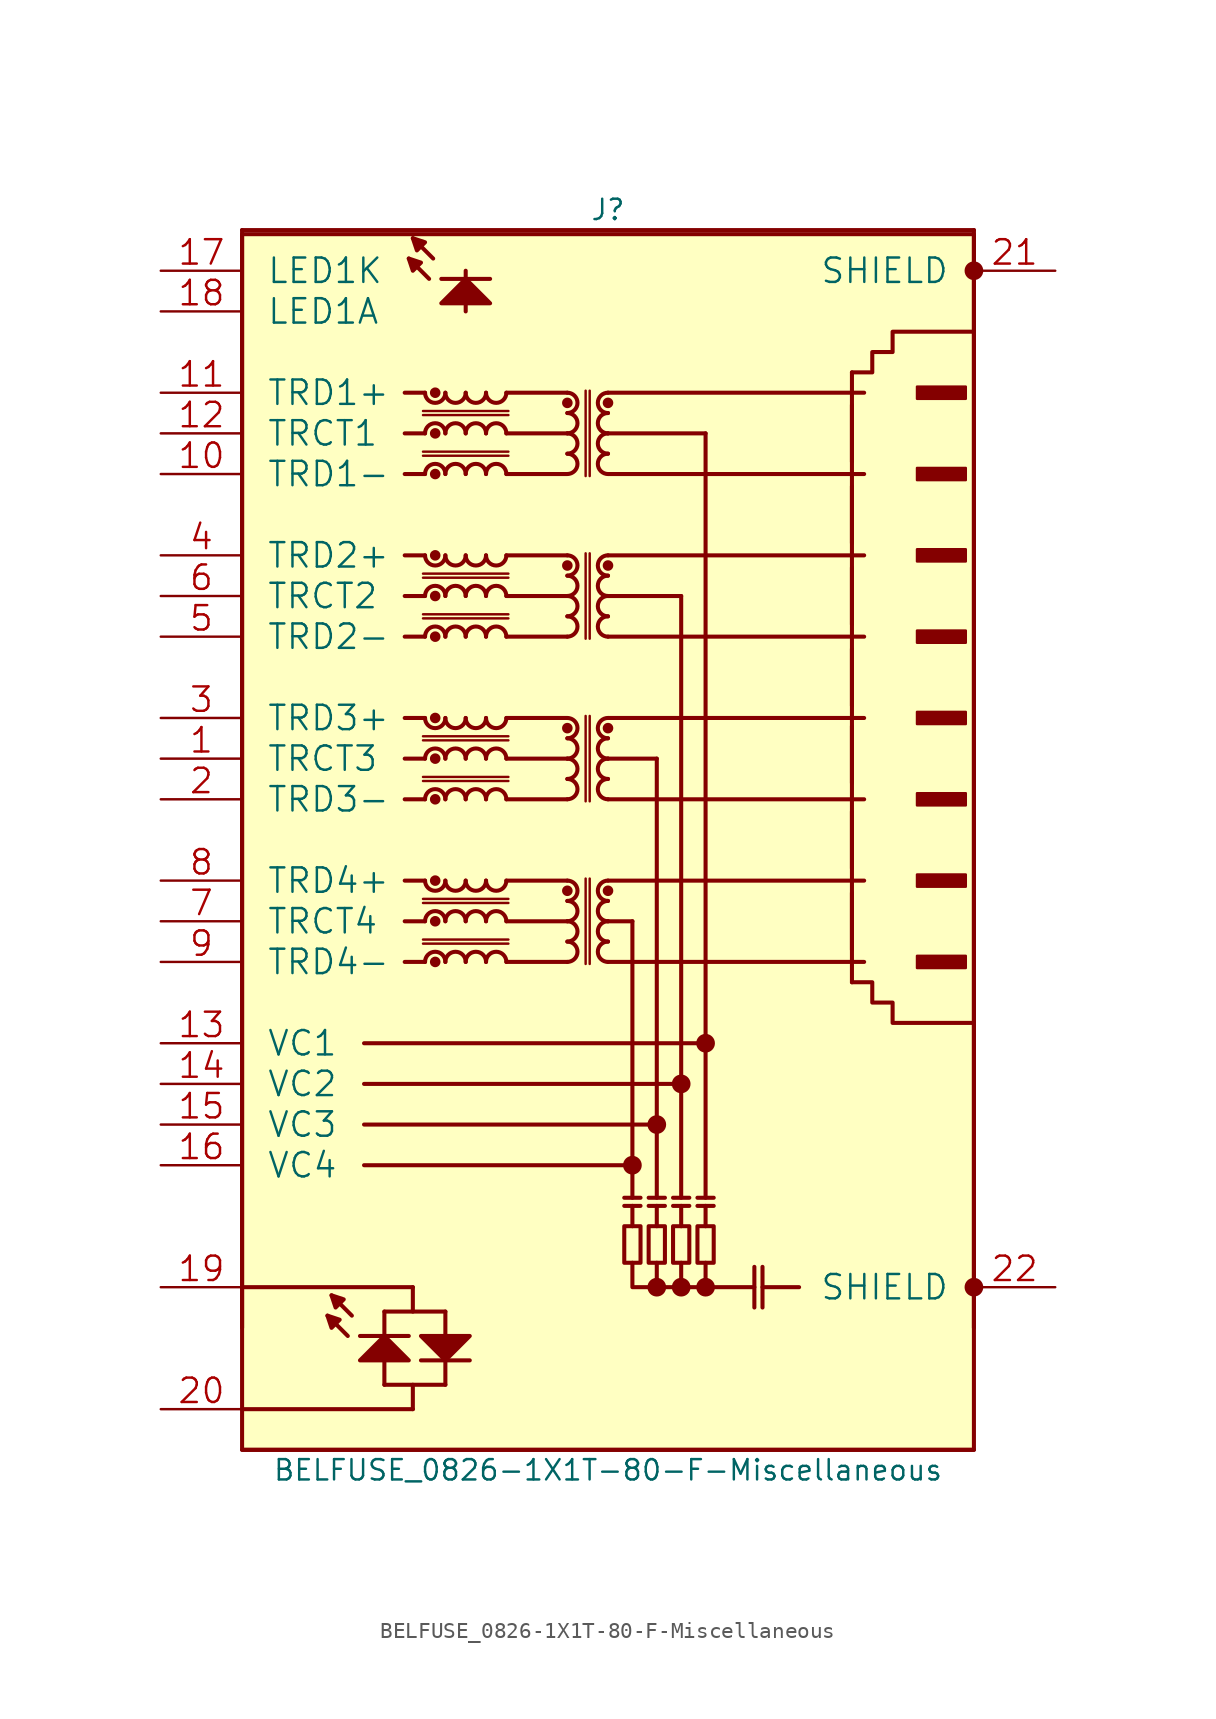
<source format=kicad_sym>
(kicad_symbol_lib
  (version 20211014)
  (generator kicad_symbol_editor)
  (symbol "BELFUSE_0826-1X1T-80-F-Miscellaneous"
    (pin_names
      (offset 1.524))
    (property "Reference" "J"
      (at 22.86 1.27 0)
      (effects (font (size 1.27 1.27))))
    (property "Value" "BELFUSE_0826-1X1T-80-F-Miscellaneous"
      (at 22.86 -77.47 0)
      (effects (font (size 1.27 1.27))))
    (symbol "BELFUSE_0826-1X1T-80-F-Miscellaneous_0_1"
      (rectangle (start 0 -76.2) (end 45.72 -0.254) (stroke (width 0.254) (type default) (color 0 0 0 0)) (fill (type background)))
      (polyline (pts (xy 0 -76.2) (xy 45.72 -76.2)) (stroke (width 0.254) (type default) (color 0 0 0 0)) (fill (type none)))
      (polyline (pts (xy 0 -73.66) (xy 10.668 -73.66)) (stroke (width 0.254) (type default) (color 0 0 0 0)) (fill (type none)))
      (polyline (pts (xy 0 -68.58) (xy 0 0)) (stroke (width 0.254) (type default) (color 0 0 0 0)) (fill (type none)))
      (polyline (pts (xy 0 -66.04) (xy 10.668 -66.04)) (stroke (width 0.254) (type default) (color 0 0 0 0)) (fill (type none)))
      (polyline (pts (xy 0 0) (xy 45.72 0)) (stroke (width 0.254) (type default) (color 0 0 0 0)) (fill (type none)))
      (polyline (pts (xy 6.604 -69.088) (xy 5.334 -67.818)) (stroke (width 0.254) (type default) (color 0 0 0 0)) (fill (type none)))
      (polyline (pts (xy 6.858 -67.818) (xy 5.588 -66.548)) (stroke (width 0.254) (type default) (color 0 0 0 0)) (fill (type none)))
      (polyline (pts (xy 7.366 -69.088) (xy 10.414 -69.088)) (stroke (width 0.254) (type default) (color 0 0 0 0)) (fill (type none)))
      (polyline (pts (xy 7.62 -53.34) (xy 27.432 -53.34)) (stroke (width 0.254) (type default) (color 0 0 0 0)) (fill (type none)))
      (polyline (pts (xy 7.62 -50.8) (xy 28.956 -50.8)) (stroke (width 0.254) (type default) (color 0 0 0 0)) (fill (type none)))
      (polyline (pts (xy 8.89 -72.136) (xy 8.89 -67.564)) (stroke (width 0.254) (type default) (color 0 0 0 0)) (fill (type none)))
      (polyline (pts (xy 10.16 -45.72) (xy 11.43 -45.72)) (stroke (width 0.254) (type default) (color 0 0 0 0)) (fill (type none)))
      (polyline (pts (xy 10.16 -43.18) (xy 11.43 -43.18)) (stroke (width 0.254) (type default) (color 0 0 0 0)) (fill (type none)))
      (polyline (pts (xy 10.16 -40.64) (xy 11.43 -40.64)) (stroke (width 0.254) (type default) (color 0 0 0 0)) (fill (type none)))
      (polyline (pts (xy 10.16 -35.56) (xy 11.43 -35.56)) (stroke (width 0.254) (type default) (color 0 0 0 0)) (fill (type none)))
      (polyline (pts (xy 10.16 -33.02) (xy 11.43 -33.02)) (stroke (width 0.254) (type default) (color 0 0 0 0)) (fill (type none)))
      (polyline (pts (xy 10.16 -30.48) (xy 11.43 -30.48)) (stroke (width 0.254) (type default) (color 0 0 0 0)) (fill (type none)))
      (polyline (pts (xy 10.16 -25.4) (xy 11.43 -25.4)) (stroke (width 0.254) (type default) (color 0 0 0 0)) (fill (type none)))
      (polyline (pts (xy 10.16 -22.86) (xy 11.43 -22.86)) (stroke (width 0.254) (type default) (color 0 0 0 0)) (fill (type none)))
      (polyline (pts (xy 10.16 -20.32) (xy 11.43 -20.32)) (stroke (width 0.254) (type default) (color 0 0 0 0)) (fill (type none)))
      (polyline (pts (xy 10.16 -15.24) (xy 11.43 -15.24)) (stroke (width 0.254) (type default) (color 0 0 0 0)) (fill (type none)))
      (polyline (pts (xy 10.16 -12.7) (xy 11.43 -12.7)) (stroke (width 0.254) (type default) (color 0 0 0 0)) (fill (type none)))
      (polyline (pts (xy 10.16 -10.16) (xy 11.43 -10.16)) (stroke (width 0.254) (type default) (color 0 0 0 0)) (fill (type none)))
      (polyline (pts (xy 10.668 -72.136) (xy 10.668 -73.66)) (stroke (width 0.254) (type default) (color 0 0 0 0)) (fill (type none)))
      (polyline (pts (xy 10.668 -66.04) (xy 10.668 -67.564)) (stroke (width 0.254) (type default) (color 0 0 0 0)) (fill (type none)))
      (polyline (pts (xy 11.303 -44.577) (xy 16.637 -44.577)) (stroke (width 0) (type default) (color 0 0 0 0)) (fill (type none)))
      (polyline (pts (xy 11.303 -44.323) (xy 16.637 -44.323)) (stroke (width 0) (type default) (color 0 0 0 0)) (fill (type none)))
      (polyline (pts (xy 11.303 -42.037) (xy 16.637 -42.037)) (stroke (width 0) (type default) (color 0 0 0 0)) (fill (type none)))
      (polyline (pts (xy 11.303 -41.783) (xy 16.637 -41.783)) (stroke (width 0) (type default) (color 0 0 0 0)) (fill (type none)))
      (polyline (pts (xy 11.303 -34.417) (xy 16.637 -34.417)) (stroke (width 0) (type default) (color 0 0 0 0)) (fill (type none)))
      (polyline (pts (xy 11.303 -34.163) (xy 16.637 -34.163)) (stroke (width 0) (type default) (color 0 0 0 0)) (fill (type none)))
      (polyline (pts (xy 11.303 -31.877) (xy 16.637 -31.877)) (stroke (width 0) (type default) (color 0 0 0 0)) (fill (type none)))
      (polyline (pts (xy 11.303 -31.623) (xy 16.637 -31.623)) (stroke (width 0) (type default) (color 0 0 0 0)) (fill (type none)))
      (polyline (pts (xy 11.303 -24.257) (xy 16.637 -24.257)) (stroke (width 0) (type default) (color 0 0 0 0)) (fill (type none)))
      (polyline (pts (xy 11.303 -24.003) (xy 16.637 -24.003)) (stroke (width 0) (type default) (color 0 0 0 0)) (fill (type none)))
      (polyline (pts (xy 11.303 -21.717) (xy 16.637 -21.717)) (stroke (width 0) (type default) (color 0 0 0 0)) (fill (type none)))
      (polyline (pts (xy 11.303 -21.463) (xy 16.637 -21.463)) (stroke (width 0) (type default) (color 0 0 0 0)) (fill (type none)))
      (polyline (pts (xy 11.303 -14.097) (xy 16.637 -14.097)) (stroke (width 0) (type default) (color 0 0 0 0)) (fill (type none)))
      (polyline (pts (xy 11.303 -13.843) (xy 16.637 -13.843)) (stroke (width 0) (type default) (color 0 0 0 0)) (fill (type none)))
      (polyline (pts (xy 11.303 -11.557) (xy 16.637 -11.557)) (stroke (width 0) (type default) (color 0 0 0 0)) (fill (type none)))
      (polyline (pts (xy 11.303 -11.303) (xy 16.637 -11.303)) (stroke (width 0) (type default) (color 0 0 0 0)) (fill (type none)))
      (polyline (pts (xy 11.684 -3.048) (xy 10.414 -1.778)) (stroke (width 0.254) (type default) (color 0 0 0 0)) (fill (type none)))
      (polyline (pts (xy 11.938 -1.778) (xy 10.668 -0.508)) (stroke (width 0.254) (type default) (color 0 0 0 0)) (fill (type none)))
      (polyline (pts (xy 12.446 -3.048) (xy 15.494 -3.048)) (stroke (width 0.254) (type default) (color 0 0 0 0)) (fill (type none)))
      (polyline (pts (xy 12.7 -72.136) (xy 8.89 -72.136)) (stroke (width 0.254) (type default) (color 0 0 0 0)) (fill (type none)))
      (polyline (pts (xy 12.7 -72.136) (xy 12.7 -67.564)) (stroke (width 0.254) (type default) (color 0 0 0 0)) (fill (type none)))
      (polyline (pts (xy 12.7 -67.564) (xy 8.89 -67.564)) (stroke (width 0.254) (type default) (color 0 0 0 0)) (fill (type none)))
      (polyline (pts (xy 13.97 -5.08) (xy 13.97 -2.54)) (stroke (width 0.254) (type default) (color 0 0 0 0)) (fill (type none)))
      (polyline (pts (xy 14.224 -70.612) (xy 11.176 -70.612)) (stroke (width 0.254) (type default) (color 0 0 0 0)) (fill (type none)))
      (polyline (pts (xy 16.51 -45.72) (xy 20.32 -45.72)) (stroke (width 0.254) (type default) (color 0 0 0 0)) (fill (type none)))
      (polyline (pts (xy 16.51 -43.18) (xy 20.32 -43.18)) (stroke (width 0.254) (type default) (color 0 0 0 0)) (fill (type none)))
      (polyline (pts (xy 16.51 -40.64) (xy 20.32 -40.64)) (stroke (width 0.254) (type default) (color 0 0 0 0)) (fill (type none)))
      (polyline (pts (xy 16.51 -35.56) (xy 20.32 -35.56)) (stroke (width 0.254) (type default) (color 0 0 0 0)) (fill (type none)))
      (polyline (pts (xy 16.51 -33.02) (xy 20.32 -33.02)) (stroke (width 0.254) (type default) (color 0 0 0 0)) (fill (type none)))
      (polyline (pts (xy 16.51 -30.48) (xy 20.32 -30.48)) (stroke (width 0.254) (type default) (color 0 0 0 0)) (fill (type none)))
      (polyline (pts (xy 16.51 -25.4) (xy 20.32 -25.4)) (stroke (width 0.254) (type default) (color 0 0 0 0)) (fill (type none)))
      (polyline (pts (xy 16.51 -22.86) (xy 20.32 -22.86)) (stroke (width 0.254) (type default) (color 0 0 0 0)) (fill (type none)))
      (polyline (pts (xy 16.51 -20.32) (xy 20.32 -20.32)) (stroke (width 0.254) (type default) (color 0 0 0 0)) (fill (type none)))
      (polyline (pts (xy 16.51 -15.24) (xy 20.32 -15.24)) (stroke (width 0.254) (type default) (color 0 0 0 0)) (fill (type none)))
      (polyline (pts (xy 16.51 -12.7) (xy 20.32 -12.7)) (stroke (width 0.254) (type default) (color 0 0 0 0)) (fill (type none)))
      (polyline (pts (xy 16.51 -10.16) (xy 20.32 -10.16)) (stroke (width 0.254) (type default) (color 0 0 0 0)) (fill (type none)))
      (polyline (pts (xy 21.463 -45.847) (xy 21.463 -40.513)) (stroke (width 0) (type default) (color 0 0 0 0)) (fill (type none)))
      (polyline (pts (xy 21.463 -35.687) (xy 21.463 -30.353)) (stroke (width 0) (type default) (color 0 0 0 0)) (fill (type none)))
      (polyline (pts (xy 21.463 -25.527) (xy 21.463 -20.193)) (stroke (width 0) (type default) (color 0 0 0 0)) (fill (type none)))
      (polyline (pts (xy 21.463 -15.367) (xy 21.463 -10.033)) (stroke (width 0) (type default) (color 0 0 0 0)) (fill (type none)))
      (polyline (pts (xy 21.717 -45.847) (xy 21.717 -40.513)) (stroke (width 0) (type default) (color 0 0 0 0)) (fill (type none)))
      (polyline (pts (xy 21.717 -35.687) (xy 21.717 -30.353)) (stroke (width 0) (type default) (color 0 0 0 0)) (fill (type none)))
      (polyline (pts (xy 21.717 -25.527) (xy 21.717 -20.193)) (stroke (width 0) (type default) (color 0 0 0 0)) (fill (type none)))
      (polyline (pts (xy 21.717 -15.367) (xy 21.717 -10.033)) (stroke (width 0) (type default) (color 0 0 0 0)) (fill (type none)))
      (polyline (pts (xy 22.86 -45.72) (xy 38.862 -45.72)) (stroke (width 0.254) (type default) (color 0 0 0 0)) (fill (type none)))
      (polyline (pts (xy 22.86 -40.64) (xy 38.862 -40.64)) (stroke (width 0.254) (type default) (color 0 0 0 0)) (fill (type none)))
      (polyline (pts (xy 22.86 -35.56) (xy 38.862 -35.56)) (stroke (width 0.254) (type default) (color 0 0 0 0)) (fill (type none)))
      (polyline (pts (xy 22.86 -30.48) (xy 38.862 -30.48)) (stroke (width 0.254) (type default) (color 0 0 0 0)) (fill (type none)))
      (polyline (pts (xy 22.86 -25.4) (xy 38.862 -25.4)) (stroke (width 0.254) (type default) (color 0 0 0 0)) (fill (type none)))
      (polyline (pts (xy 22.86 -20.32) (xy 38.862 -20.32)) (stroke (width 0.254) (type default) (color 0 0 0 0)) (fill (type none)))
      (polyline (pts (xy 22.86 -15.24) (xy 38.862 -15.24)) (stroke (width 0.254) (type default) (color 0 0 0 0)) (fill (type none)))
      (polyline (pts (xy 22.86 -12.7) (xy 28.956 -12.7)) (stroke (width 0.254) (type default) (color 0 0 0 0)) (fill (type none)))
      (polyline (pts (xy 22.86 -10.16) (xy 38.862 -10.16)) (stroke (width 0.254) (type default) (color 0 0 0 0)) (fill (type none)))
      (polyline (pts (xy 24.384 -62.23) (xy 24.384 -60.96)) (stroke (width 0.254) (type default) (color 0 0 0 0)) (fill (type none)))
      (polyline (pts (xy 24.384 -43.18) (xy 22.86 -43.18)) (stroke (width 0.254) (type default) (color 0 0 0 0)) (fill (type none)))
      (polyline (pts (xy 24.384 -43.18) (xy 24.384 -60.452)) (stroke (width 0.254) (type default) (color 0 0 0 0)) (fill (type none)))
      (polyline (pts (xy 24.892 -60.96) (xy 23.876 -60.96)) (stroke (width 0.254) (type default) (color 0 0 0 0)) (fill (type none)))
      (polyline (pts (xy 24.892 -60.452) (xy 23.876 -60.452)) (stroke (width 0.254) (type default) (color 0 0 0 0)) (fill (type none)))
      (polyline (pts (xy 25.908 -64.516) (xy 25.908 -66.04)) (stroke (width 0.254) (type default) (color 0 0 0 0)) (fill (type none)))
      (polyline (pts (xy 25.908 -62.23) (xy 25.908 -60.96)) (stroke (width 0.254) (type default) (color 0 0 0 0)) (fill (type none)))
      (polyline (pts (xy 25.908 -33.02) (xy 22.86 -33.02)) (stroke (width 0.254) (type default) (color 0 0 0 0)) (fill (type none)))
      (polyline (pts (xy 25.908 -33.02) (xy 25.908 -60.452)) (stroke (width 0.254) (type default) (color 0 0 0 0)) (fill (type none)))
      (polyline (pts (xy 26.416 -60.96) (xy 25.4 -60.96)) (stroke (width 0.254) (type default) (color 0 0 0 0)) (fill (type none)))
      (polyline (pts (xy 26.416 -60.452) (xy 25.4 -60.452)) (stroke (width 0.254) (type default) (color 0 0 0 0)) (fill (type none)))
      (polyline (pts (xy 27.432 -66.04) (xy 27.432 -64.516)) (stroke (width 0.254) (type default) (color 0 0 0 0)) (fill (type none)))
      (polyline (pts (xy 27.432 -62.23) (xy 27.432 -60.96)) (stroke (width 0.254) (type default) (color 0 0 0 0)) (fill (type none)))
      (polyline (pts (xy 27.432 -22.86) (xy 22.86 -22.86)) (stroke (width 0.254) (type default) (color 0 0 0 0)) (fill (type none)))
      (polyline (pts (xy 27.432 -22.86) (xy 27.432 -60.452)) (stroke (width 0.254) (type default) (color 0 0 0 0)) (fill (type none)))
      (polyline (pts (xy 27.94 -60.96) (xy 26.924 -60.96)) (stroke (width 0.254) (type default) (color 0 0 0 0)) (fill (type none)))
      (polyline (pts (xy 27.94 -60.452) (xy 26.924 -60.452)) (stroke (width 0.254) (type default) (color 0 0 0 0)) (fill (type none)))
      (polyline (pts (xy 28.956 -66.04) (xy 32.004 -66.04)) (stroke (width 0.254) (type default) (color 0 0 0 0)) (fill (type none)))
      (polyline (pts (xy 28.956 -62.23) (xy 28.956 -60.96)) (stroke (width 0.254) (type default) (color 0 0 0 0)) (fill (type none)))
      (polyline (pts (xy 28.956 -12.7) (xy 28.956 -60.452)) (stroke (width 0.254) (type default) (color 0 0 0 0)) (fill (type none)))
      (polyline (pts (xy 29.464 -60.96) (xy 28.448 -60.96)) (stroke (width 0.254) (type default) (color 0 0 0 0)) (fill (type none)))
      (polyline (pts (xy 29.464 -60.452) (xy 28.448 -60.452)) (stroke (width 0.254) (type default) (color 0 0 0 0)) (fill (type none)))
      (polyline (pts (xy 32.004 -67.31) (xy 32.004 -64.77)) (stroke (width 0.254) (type default) (color 0 0 0 0)) (fill (type none)))
      (polyline (pts (xy 32.512 -67.31) (xy 32.512 -64.77)) (stroke (width 0.254) (type default) (color 0 0 0 0)) (fill (type none)))
      (polyline (pts (xy 32.512 -66.04) (xy 34.798 -66.04)) (stroke (width 0.254) (type default) (color 0 0 0 0)) (fill (type none)))
      (polyline (pts (xy 38.1 -41.402) (xy 38.1 -44.958)) (stroke (width 0.254) (type default) (color 0 0 0 0)) (fill (type none)))
      (polyline (pts (xy 38.1 -36.322) (xy 38.1 -39.878)) (stroke (width 0.254) (type default) (color 0 0 0 0)) (fill (type none)))
      (polyline (pts (xy 38.1 -30.988) (xy 38.1 -34.544)) (stroke (width 0.254) (type default) (color 0 0 0 0)) (fill (type none)))
      (polyline (pts (xy 38.1 -26.162) (xy 38.1 -29.718)) (stroke (width 0.254) (type default) (color 0 0 0 0)) (fill (type none)))
      (polyline (pts (xy 38.1 -21.082) (xy 38.1 -24.638)) (stroke (width 0.254) (type default) (color 0 0 0 0)) (fill (type none)))
      (polyline (pts (xy 38.1 -16.002) (xy 38.1 -19.558)) (stroke (width 0.254) (type default) (color 0 0 0 0)) (fill (type none)))
      (polyline (pts (xy 38.1 -10.922) (xy 38.1 -14.478)) (stroke (width 0.254) (type default) (color 0 0 0 0)) (fill (type none)))
      (polyline (pts (xy 38.1 -8.89) (xy 38.1 -46.99)) (stroke (width 0.254) (type default) (color 0 0 0 0)) (fill (type none)))
      (polyline (pts (xy 45.72 0) (xy 45.72 -68.58)) (stroke (width 0.254) (type default) (color 0 0 0 0)) (fill (type none)))
      (polyline (pts (xy 5.334 -67.818) (xy 5.588 -68.58) (xy 6.096 -68.072) (xy 5.334 -67.818)) (stroke (width 0.254) (type default) (color 0 0 0 0)) (fill (type outline)))
      (polyline (pts (xy 5.588 -66.548) (xy 5.842 -67.31) (xy 6.35 -66.802) (xy 5.588 -66.548)) (stroke (width 0.254) (type default) (color 0 0 0 0)) (fill (type outline)))
      (polyline (pts (xy 10.414 -70.612) (xy 8.89 -69.088) (xy 7.366 -70.612) (xy 10.414 -70.612)) (stroke (width 0.254) (type default) (color 0 0 0 0)) (fill (type outline)))
      (polyline (pts (xy 10.414 -1.778) (xy 10.668 -2.54) (xy 11.176 -2.032) (xy 10.414 -1.778)) (stroke (width 0.254) (type default) (color 0 0 0 0)) (fill (type outline)))
      (polyline (pts (xy 10.668 -0.508) (xy 10.922 -1.27) (xy 11.43 -0.762) (xy 10.668 -0.508)) (stroke (width 0.254) (type default) (color 0 0 0 0)) (fill (type outline)))
      (polyline (pts (xy 11.176 -69.088) (xy 12.7 -70.612) (xy 14.224 -69.088) (xy 11.176 -69.088)) (stroke (width 0.254) (type default) (color 0 0 0 0)) (fill (type outline)))
      (polyline (pts (xy 15.494 -4.572) (xy 13.97 -3.048) (xy 12.446 -4.572) (xy 15.494 -4.572)) (stroke (width 0.254) (type default) (color 0 0 0 0)) (fill (type outline)))
      (polyline (pts (xy 24.384 -64.516) (xy 24.384 -66.04) (xy 28.956 -66.04) (xy 28.956 -64.516)) (stroke (width 0.254) (type default) (color 0 0 0 0)) (fill (type none)))
      (polyline (pts (xy 23.876 -64.516) (xy 24.892 -64.516) (xy 24.892 -62.23) (xy 23.876 -62.23) (xy 23.876 -64.516)) (stroke (width 0.254) (type default) (color 0 0 0 0)) (fill (type none)))
      (polyline (pts (xy 25.4 -64.516) (xy 26.416 -64.516) (xy 26.416 -62.23) (xy 25.4 -62.23) (xy 25.4 -64.516)) (stroke (width 0.254) (type default) (color 0 0 0 0)) (fill (type none)))
      (polyline (pts (xy 26.924 -64.516) (xy 27.94 -64.516) (xy 27.94 -62.23) (xy 26.924 -62.23) (xy 26.924 -64.516)) (stroke (width 0.254) (type default) (color 0 0 0 0)) (fill (type none)))
      (polyline (pts (xy 28.448 -64.516) (xy 29.464 -64.516) (xy 29.464 -62.23) (xy 28.448 -62.23) (xy 28.448 -64.516)) (stroke (width 0.254) (type default) (color 0 0 0 0)) (fill (type none)))
      (polyline (pts (xy 38.1 -46.99) (xy 39.37 -46.99) (xy 39.37 -48.26) (xy 40.64 -48.26) (xy 40.64 -49.53) (xy 45.72 -49.53)) (stroke (width 0.254) (type default) (color 0 0 0 0)) (fill (type none)))
      (polyline (pts (xy 38.1 -8.89) (xy 39.37 -8.89) (xy 39.37 -7.62) (xy 40.64 -7.62) (xy 40.64 -6.35) (xy 45.72 -6.35)) (stroke (width 0.254) (type default) (color 0 0 0 0)) (fill (type none)))
      (arc (start 11.43 -40.64) (mid 12.065 -41.275) (end 12.7 -40.64) (stroke (width 0.254) (type default) (color 0 0 0 0)) (fill (type none)))
      (arc (start 11.43 -30.48) (mid 12.065 -31.115) (end 12.7 -30.48) (stroke (width 0.254) (type default) (color 0 0 0 0)) (fill (type none)))
      (arc (start 11.43 -20.32) (mid 12.065 -20.955) (end 12.7 -20.32) (stroke (width 0.254) (type default) (color 0 0 0 0)) (fill (type none)))
      (arc (start 11.43 -10.16) (mid 12.065 -10.795) (end 12.7 -10.16) (stroke (width 0.254) (type default) (color 0 0 0 0)) (fill (type none)))
      (circle (center 12.065 -45.72) (radius 0.254) (stroke (width 0) (type default) (color 0 0 0 0)) (fill (type outline)))
      (circle (center 12.065 -43.18) (radius 0.254) (stroke (width 0) (type default) (color 0 0 0 0)) (fill (type outline)))
      (circle (center 12.065 -40.64) (radius 0.254) (stroke (width 0) (type default) (color 0 0 0 0)) (fill (type outline)))
      (circle (center 12.065 -35.56) (radius 0.254) (stroke (width 0) (type default) (color 0 0 0 0)) (fill (type outline)))
      (circle (center 12.065 -33.02) (radius 0.254) (stroke (width 0) (type default) (color 0 0 0 0)) (fill (type outline)))
      (circle (center 12.065 -30.48) (radius 0.254) (stroke (width 0) (type default) (color 0 0 0 0)) (fill (type outline)))
      (circle (center 12.065 -25.4) (radius 0.254) (stroke (width 0) (type default) (color 0 0 0 0)) (fill (type outline)))
      (circle (center 12.065 -22.86) (radius 0.254) (stroke (width 0) (type default) (color 0 0 0 0)) (fill (type outline)))
      (circle (center 12.065 -20.32) (radius 0.254) (stroke (width 0) (type default) (color 0 0 0 0)) (fill (type outline)))
      (circle (center 12.065 -15.24) (radius 0.254) (stroke (width 0) (type default) (color 0 0 0 0)) (fill (type outline)))
      (circle (center 12.065 -12.7) (radius 0.254) (stroke (width 0) (type default) (color 0 0 0 0)) (fill (type outline)))
      (circle (center 12.065 -10.16) (radius 0.254) (stroke (width 0) (type default) (color 0 0 0 0)) (fill (type outline)))
      (arc (start 12.7 -45.72) (mid 12.065 -45.085) (end 11.43 -45.72) (stroke (width 0.254) (type default) (color 0 0 0 0)) (fill (type none)))
      (arc (start 12.7 -43.18) (mid 12.065 -42.545) (end 11.43 -43.18) (stroke (width 0.254) (type default) (color 0 0 0 0)) (fill (type none)))
      (arc (start 12.7 -40.64) (mid 13.335 -41.275) (end 13.97 -40.64) (stroke (width 0.254) (type default) (color 0 0 0 0)) (fill (type none)))
      (arc (start 12.7 -35.56) (mid 12.065 -34.925) (end 11.43 -35.56) (stroke (width 0.254) (type default) (color 0 0 0 0)) (fill (type none)))
      (arc (start 12.7 -33.02) (mid 12.065 -32.385) (end 11.43 -33.02) (stroke (width 0.254) (type default) (color 0 0 0 0)) (fill (type none)))
      (arc (start 12.7 -30.48) (mid 13.335 -31.115) (end 13.97 -30.48) (stroke (width 0.254) (type default) (color 0 0 0 0)) (fill (type none)))
      (arc (start 12.7 -25.4) (mid 12.065 -24.765) (end 11.43 -25.4) (stroke (width 0.254) (type default) (color 0 0 0 0)) (fill (type none)))
      (arc (start 12.7 -22.86) (mid 12.065 -22.225) (end 11.43 -22.86) (stroke (width 0.254) (type default) (color 0 0 0 0)) (fill (type none)))
      (arc (start 12.7 -20.32) (mid 13.335 -20.955) (end 13.97 -20.32) (stroke (width 0.254) (type default) (color 0 0 0 0)) (fill (type none)))
      (arc (start 12.7 -15.24) (mid 12.065 -14.605) (end 11.43 -15.24) (stroke (width 0.254) (type default) (color 0 0 0 0)) (fill (type none)))
      (arc (start 12.7 -12.7) (mid 12.065 -12.065) (end 11.43 -12.7) (stroke (width 0.254) (type default) (color 0 0 0 0)) (fill (type none)))
      (arc (start 12.7 -10.16) (mid 13.335 -10.795) (end 13.97 -10.16) (stroke (width 0.254) (type default) (color 0 0 0 0)) (fill (type none)))
      (arc (start 13.97 -45.72) (mid 13.335 -45.085) (end 12.7 -45.72) (stroke (width 0.254) (type default) (color 0 0 0 0)) (fill (type none)))
      (arc (start 13.97 -43.18) (mid 13.335 -42.545) (end 12.7 -43.18) (stroke (width 0.254) (type default) (color 0 0 0 0)) (fill (type none)))
      (arc (start 13.97 -40.64) (mid 14.605 -41.275) (end 15.24 -40.64) (stroke (width 0.254) (type default) (color 0 0 0 0)) (fill (type none)))
      (arc (start 13.97 -35.56) (mid 13.335 -34.925) (end 12.7 -35.56) (stroke (width 0.254) (type default) (color 0 0 0 0)) (fill (type none)))
      (arc (start 13.97 -33.02) (mid 13.335 -32.385) (end 12.7 -33.02) (stroke (width 0.254) (type default) (color 0 0 0 0)) (fill (type none)))
      (arc (start 13.97 -30.48) (mid 14.605 -31.115) (end 15.24 -30.48) (stroke (width 0.254) (type default) (color 0 0 0 0)) (fill (type none)))
      (arc (start 13.97 -25.4) (mid 13.335 -24.765) (end 12.7 -25.4) (stroke (width 0.254) (type default) (color 0 0 0 0)) (fill (type none)))
      (arc (start 13.97 -22.86) (mid 13.335 -22.225) (end 12.7 -22.86) (stroke (width 0.254) (type default) (color 0 0 0 0)) (fill (type none)))
      (arc (start 13.97 -20.32) (mid 14.605 -20.955) (end 15.24 -20.32) (stroke (width 0.254) (type default) (color 0 0 0 0)) (fill (type none)))
      (arc (start 13.97 -15.24) (mid 13.335 -14.605) (end 12.7 -15.24) (stroke (width 0.254) (type default) (color 0 0 0 0)) (fill (type none)))
      (arc (start 13.97 -12.7) (mid 13.335 -12.065) (end 12.7 -12.7) (stroke (width 0.254) (type default) (color 0 0 0 0)) (fill (type none)))
      (arc (start 13.97 -10.16) (mid 14.605 -10.795) (end 15.24 -10.16) (stroke (width 0.254) (type default) (color 0 0 0 0)) (fill (type none)))
      (arc (start 15.24 -45.72) (mid 14.605 -45.085) (end 13.97 -45.72) (stroke (width 0.254) (type default) (color 0 0 0 0)) (fill (type none)))
      (arc (start 15.24 -43.18) (mid 14.605 -42.545) (end 13.97 -43.18) (stroke (width 0.254) (type default) (color 0 0 0 0)) (fill (type none)))
      (arc (start 15.24 -40.64) (mid 15.875 -41.275) (end 16.51 -40.64) (stroke (width 0.254) (type default) (color 0 0 0 0)) (fill (type none)))
      (arc (start 15.24 -35.56) (mid 14.605 -34.925) (end 13.97 -35.56) (stroke (width 0.254) (type default) (color 0 0 0 0)) (fill (type none)))
      (arc (start 15.24 -33.02) (mid 14.605 -32.385) (end 13.97 -33.02) (stroke (width 0.254) (type default) (color 0 0 0 0)) (fill (type none)))
      (arc (start 15.24 -30.48) (mid 15.875 -31.115) (end 16.51 -30.48) (stroke (width 0.254) (type default) (color 0 0 0 0)) (fill (type none)))
      (arc (start 15.24 -25.4) (mid 14.605 -24.765) (end 13.97 -25.4) (stroke (width 0.254) (type default) (color 0 0 0 0)) (fill (type none)))
      (arc (start 15.24 -22.86) (mid 14.605 -22.225) (end 13.97 -22.86) (stroke (width 0.254) (type default) (color 0 0 0 0)) (fill (type none)))
      (arc (start 15.24 -20.32) (mid 15.875 -20.955) (end 16.51 -20.32) (stroke (width 0.254) (type default) (color 0 0 0 0)) (fill (type none)))
      (arc (start 15.24 -15.24) (mid 14.605 -14.605) (end 13.97 -15.24) (stroke (width 0.254) (type default) (color 0 0 0 0)) (fill (type none)))
      (arc (start 15.24 -12.7) (mid 14.605 -12.065) (end 13.97 -12.7) (stroke (width 0.254) (type default) (color 0 0 0 0)) (fill (type none)))
      (arc (start 15.24 -10.16) (mid 15.875 -10.795) (end 16.51 -10.16) (stroke (width 0.254) (type default) (color 0 0 0 0)) (fill (type none)))
      (arc (start 16.51 -45.72) (mid 15.875 -45.085) (end 15.24 -45.72) (stroke (width 0.254) (type default) (color 0 0 0 0)) (fill (type none)))
      (arc (start 16.51 -43.18) (mid 15.875 -42.545) (end 15.24 -43.18) (stroke (width 0.254) (type default) (color 0 0 0 0)) (fill (type none)))
      (arc (start 16.51 -35.56) (mid 15.875 -34.925) (end 15.24 -35.56) (stroke (width 0.254) (type default) (color 0 0 0 0)) (fill (type none)))
      (arc (start 16.51 -33.02) (mid 15.875 -32.385) (end 15.24 -33.02) (stroke (width 0.254) (type default) (color 0 0 0 0)) (fill (type none)))
      (arc (start 16.51 -25.4) (mid 15.875 -24.765) (end 15.24 -25.4) (stroke (width 0.254) (type default) (color 0 0 0 0)) (fill (type none)))
      (arc (start 16.51 -22.86) (mid 15.875 -22.225) (end 15.24 -22.86) (stroke (width 0.254) (type default) (color 0 0 0 0)) (fill (type none)))
      (arc (start 16.51 -15.24) (mid 15.875 -14.605) (end 15.24 -15.24) (stroke (width 0.254) (type default) (color 0 0 0 0)) (fill (type none)))
      (arc (start 16.51 -12.7) (mid 15.875 -12.065) (end 15.24 -12.7) (stroke (width 0.254) (type default) (color 0 0 0 0)) (fill (type none)))
      (arc (start 20.32 -45.72) (mid 20.955 -45.085) (end 20.32 -44.45) (stroke (width 0.254) (type default) (color 0 0 0 0)) (fill (type none)))
      (arc (start 20.32 -44.45) (mid 20.955 -43.815) (end 20.32 -43.18) (stroke (width 0.254) (type default) (color 0 0 0 0)) (fill (type none)))
      (arc (start 20.32 -43.18) (mid 20.955 -42.545) (end 20.32 -41.91) (stroke (width 0.254) (type default) (color 0 0 0 0)) (fill (type none)))
      (arc (start 20.32 -41.91) (mid 20.955 -41.275) (end 20.32 -40.64) (stroke (width 0.254) (type default) (color 0 0 0 0)) (fill (type none)))
      (circle (center 20.32 -41.275) (radius 0.254) (stroke (width 0) (type default) (color 0 0 0 0)) (fill (type outline)))
      (arc (start 20.32 -35.56) (mid 20.955 -34.925) (end 20.32 -34.29) (stroke (width 0.254) (type default) (color 0 0 0 0)) (fill (type none)))
      (arc (start 20.32 -34.29) (mid 20.955 -33.655) (end 20.32 -33.02) (stroke (width 0.254) (type default) (color 0 0 0 0)) (fill (type none)))
      (arc (start 20.32 -33.02) (mid 20.955 -32.385) (end 20.32 -31.75) (stroke (width 0.254) (type default) (color 0 0 0 0)) (fill (type none)))
      (arc (start 20.32 -31.75) (mid 20.955 -31.115) (end 20.32 -30.48) (stroke (width 0.254) (type default) (color 0 0 0 0)) (fill (type none)))
      (circle (center 20.32 -31.115) (radius 0.254) (stroke (width 0) (type default) (color 0 0 0 0)) (fill (type outline)))
      (arc (start 20.32 -25.4) (mid 20.955 -24.765) (end 20.32 -24.13) (stroke (width 0.254) (type default) (color 0 0 0 0)) (fill (type none)))
      (arc (start 20.32 -24.13) (mid 20.955 -23.495) (end 20.32 -22.86) (stroke (width 0.254) (type default) (color 0 0 0 0)) (fill (type none)))
      (arc (start 20.32 -22.86) (mid 20.955 -22.225) (end 20.32 -21.59) (stroke (width 0.254) (type default) (color 0 0 0 0)) (fill (type none)))
      (arc (start 20.32 -21.59) (mid 20.955 -20.955) (end 20.32 -20.32) (stroke (width 0.254) (type default) (color 0 0 0 0)) (fill (type none)))
      (circle (center 20.32 -20.955) (radius 0.254) (stroke (width 0) (type default) (color 0 0 0 0)) (fill (type outline)))
      (arc (start 20.32 -15.24) (mid 20.955 -14.605) (end 20.32 -13.97) (stroke (width 0.254) (type default) (color 0 0 0 0)) (fill (type none)))
      (arc (start 20.32 -13.97) (mid 20.955 -13.335) (end 20.32 -12.7) (stroke (width 0.254) (type default) (color 0 0 0 0)) (fill (type none)))
      (arc (start 20.32 -12.7) (mid 20.955 -12.065) (end 20.32 -11.43) (stroke (width 0.254) (type default) (color 0 0 0 0)) (fill (type none)))
      (arc (start 20.32 -11.43) (mid 20.955 -10.795) (end 20.32 -10.16) (stroke (width 0.254) (type default) (color 0 0 0 0)) (fill (type none)))
      (circle (center 20.32 -10.795) (radius 0.254) (stroke (width 0) (type default) (color 0 0 0 0)) (fill (type outline)))
      (arc (start 22.86 -44.45) (mid 22.225 -45.085) (end 22.86 -45.72) (stroke (width 0.254) (type default) (color 0 0 0 0)) (fill (type none)))
      (arc (start 22.86 -43.18) (mid 22.225 -43.815) (end 22.86 -44.45) (stroke (width 0.254) (type default) (color 0 0 0 0)) (fill (type none)))
      (arc (start 22.86 -41.91) (mid 22.225 -42.545) (end 22.86 -43.18) (stroke (width 0.254) (type default) (color 0 0 0 0)) (fill (type none)))
      (circle (center 22.86 -41.275) (radius 0.254) (stroke (width 0) (type default) (color 0 0 0 0)) (fill (type outline)))
      (arc (start 22.86 -40.64) (mid 22.225 -41.275) (end 22.86 -41.91) (stroke (width 0.254) (type default) (color 0 0 0 0)) (fill (type none)))
      (arc (start 22.86 -34.29) (mid 22.225 -34.925) (end 22.86 -35.56) (stroke (width 0.254) (type default) (color 0 0 0 0)) (fill (type none)))
      (arc (start 22.86 -33.02) (mid 22.225 -33.655) (end 22.86 -34.29) (stroke (width 0.254) (type default) (color 0 0 0 0)) (fill (type none)))
      (arc (start 22.86 -31.75) (mid 22.225 -32.385) (end 22.86 -33.02) (stroke (width 0.254) (type default) (color 0 0 0 0)) (fill (type none)))
      (circle (center 22.86 -31.115) (radius 0.254) (stroke (width 0) (type default) (color 0 0 0 0)) (fill (type outline)))
      (arc (start 22.86 -30.48) (mid 22.225 -31.115) (end 22.86 -31.75) (stroke (width 0.254) (type default) (color 0 0 0 0)) (fill (type none)))
      (arc (start 22.86 -24.13) (mid 22.225 -24.765) (end 22.86 -25.4) (stroke (width 0.254) (type default) (color 0 0 0 0)) (fill (type none)))
      (arc (start 22.86 -22.86) (mid 22.225 -23.495) (end 22.86 -24.13) (stroke (width 0.254) (type default) (color 0 0 0 0)) (fill (type none)))
      (arc (start 22.86 -21.59) (mid 22.225 -22.225) (end 22.86 -22.86) (stroke (width 0.254) (type default) (color 0 0 0 0)) (fill (type none)))
      (circle (center 22.86 -20.955) (radius 0.254) (stroke (width 0) (type default) (color 0 0 0 0)) (fill (type outline)))
      (arc (start 22.86 -20.32) (mid 22.225 -20.955) (end 22.86 -21.59) (stroke (width 0.254) (type default) (color 0 0 0 0)) (fill (type none)))
      (arc (start 22.86 -13.97) (mid 22.225 -14.605) (end 22.86 -15.24) (stroke (width 0.254) (type default) (color 0 0 0 0)) (fill (type none)))
      (arc (start 22.86 -12.7) (mid 22.225 -13.335) (end 22.86 -13.97) (stroke (width 0.254) (type default) (color 0 0 0 0)) (fill (type none)))
      (arc (start 22.86 -11.43) (mid 22.225 -12.065) (end 22.86 -12.7) (stroke (width 0.254) (type default) (color 0 0 0 0)) (fill (type none)))
      (circle (center 22.86 -10.795) (radius 0.254) (stroke (width 0) (type default) (color 0 0 0 0)) (fill (type outline)))
      (arc (start 22.86 -10.16) (mid 22.225 -10.795) (end 22.86 -11.43) (stroke (width 0.254) (type default) (color 0 0 0 0)) (fill (type none)))
      (circle (center 25.908 -66.04) (radius 0.508) (stroke (width 0) (type default) (color 0 0 0 0)) (fill (type outline)))
      (circle (center 27.432 -66.04) (radius 0.508) (stroke (width 0) (type default) (color 0 0 0 0)) (fill (type outline)))
      (circle (center 27.432 -53.34) (radius 0.508) (stroke (width 0) (type default) (color 0 0 0 0)) (fill (type outline)))
      (circle (center 28.956 -66.04) (radius 0.508) (stroke (width 0) (type default) (color 0 0 0 0)) (fill (type outline)))
      (circle (center 28.956 -50.8) (radius 0.508) (stroke (width 0) (type default) (color 0 0 0 0)) (fill (type outline)))
      (rectangle (start 42.164 -46.101) (end 45.212 -45.339) (stroke (width 0) (type default) (color 0 0 0 0)) (fill (type outline)))
      (rectangle (start 42.164 -41.021) (end 45.212 -40.259) (stroke (width 0) (type default) (color 0 0 0 0)) (fill (type outline)))
      (rectangle (start 42.164 -35.941) (end 45.212 -35.179) (stroke (width 0) (type default) (color 0 0 0 0)) (fill (type outline)))
      (rectangle (start 42.164 -30.861) (end 45.212 -30.099) (stroke (width 0) (type default) (color 0 0 0 0)) (fill (type outline)))
      (rectangle (start 42.164 -25.781) (end 45.212 -25.019) (stroke (width 0) (type default) (color 0 0 0 0)) (fill (type outline)))
      (rectangle (start 42.164 -20.701) (end 45.212 -19.939) (stroke (width 0) (type default) (color 0 0 0 0)) (fill (type outline)))
      (rectangle (start 42.164 -15.621) (end 45.212 -14.859) (stroke (width 0) (type default) (color 0 0 0 0)) (fill (type outline)))
      (rectangle (start 42.164 -10.541) (end 45.212 -9.779) (stroke (width 0) (type default) (color 0 0 0 0)) (fill (type outline)))
      (circle (center 45.72 -66.04) (radius 0.508) (stroke (width 0) (type default) (color 0 0 0 0)) (fill (type outline)))
      (circle (center 45.72 -2.54) (radius 0.508) (stroke (width 0) (type default) (color 0 0 0 0)) (fill (type outline)))
      (text "1" (at 39.37 -10.16 0) (effects (font (size 1.27 1.27)) (justify left) hide))
      (text "1CT : 1CT" (at 21.59 -39.116 0) (effects (font (size 1.016 1.016)) hide))
      (text "1CT : 1CT" (at 21.59 -28.956 0) (effects (font (size 1.016 1.016)) hide))
      (text "1CT : 1CT" (at 21.59 -18.796 0) (effects (font (size 1.016 1.016)) hide))
      (text "1CT : 1CT" (at 21.59 -8.636 0) (effects (font (size 1.016 1.016)) hide))
      (text "1x1000pF/2kV" (at 36.576 -61.976 0) (effects (font (size 1.016 1.016)) hide))
      (text "2" (at 39.37 -15.24 0) (effects (font (size 1.27 1.27)) (justify left) hide))
      (text "3" (at 39.37 -20.32 0) (effects (font (size 1.27 1.27)) (justify left) hide))
      (text "4" (at 39.37 -25.4 0) (effects (font (size 1.27 1.27)) (justify left) hide))
      (text "4x12nF/100V" (at 36.576 -58.166 0) (effects (font (size 1.016 1.016)) hide))
      (text "4x75 Ohms" (at 36.576 -60.198 0) (effects (font (size 1.016 1.016)) hide))
      (text "5" (at 39.37 -30.48 0) (effects (font (size 1.27 1.27)) (justify left) hide))
      (text "6" (at 39.37 -35.56 0) (effects (font (size 1.27 1.27)) (justify left) hide))
      (text "7" (at 39.37 -40.64 0) (effects (font (size 1.27 1.27)) (justify left) hide))
      (text "8" (at 39.37 -45.72 0) (effects (font (size 1.27 1.27)) (justify left) hide))
      (text "Green" (at 5.334 -71.628 0) (effects (font (size 1.016 1.016)) hide))
      (text "LED2" (at 4.318 -64.516 0) (effects (font (size 1.27 1.27)) hide))
      (text "Orange" (at 16.256 -67.818 0) (effects (font (size 1.016 1.016)) hide))
      (text "TRP1+" (at 30.48 -8.89 0) (effects (font (size 1.27 1.27)) (justify left) hide))
      (text "TRP1-" (at 30.48 -13.97 0) (effects (font (size 1.27 1.27)) (justify left) hide))
      (text "TRP2+" (at 30.48 -19.05 0) (effects (font (size 1.27 1.27)) (justify left) hide))
      (text "TRP2-" (at 30.48 -24.13 0) (effects (font (size 1.27 1.27)) (justify left) hide))
      (text "TRP3+" (at 30.48 -29.21 0) (effects (font (size 1.27 1.27)) (justify left) hide))
      (text "TRP3-" (at 30.48 -34.29 0) (effects (font (size 1.27 1.27)) (justify left) hide))
      (text "TRP4+" (at 30.48 -39.37 0) (effects (font (size 1.27 1.27)) (justify left) hide))
      (text "TRP4-" (at 30.48 -44.45 0) (effects (font (size 1.27 1.27)) (justify left) hide))
      (text "Yellow" (at 16.51 -3.81 900) (effects (font (size 1.016 1.016)) hide))
      (pin bidirectional line (at -5.08 -33.02 0) (length 5.08) (name "TRCT3" (effects (font (size 1.524 1.524)))) (number "1" (effects (font (size 1.524 1.524)))))
      (pin bidirectional line (at -5.08 -15.24 0) (length 5.08) (name "TRD1-" (effects (font (size 1.524 1.524)))) (number "10" (effects (font (size 1.524 1.524)))))
      (pin bidirectional line (at -5.08 -10.16 0) (length 5.08) (name "TRD1+" (effects (font (size 1.524 1.524)))) (number "11" (effects (font (size 1.524 1.524)))))
      (pin bidirectional line (at -5.08 -12.7 0) (length 5.08) (name "TRCT1" (effects (font (size 1.524 1.524)))) (number "12" (effects (font (size 1.524 1.524)))))
      (pin passive line (at -5.08 -50.8 0) (length 5.08) (name "VC1" (effects (font (size 1.524 1.524)))) (number "13" (effects (font (size 1.524 1.524)))))
      (pin passive line (at -5.08 -53.34 0) (length 5.08) (name "VC2" (effects (font (size 1.524 1.524)))) (number "14" (effects (font (size 1.524 1.524)))))
      (pin passive line (at -5.08 -2.54 0) (length 5.08) (name "LED1K" (effects (font (size 1.524 1.524)))) (number "17" (effects (font (size 1.524 1.524)))))
      (pin passive line (at -5.08 -5.08 0) (length 5.08) (name "LED1A" (effects (font (size 1.524 1.524)))) (number "18" (effects (font (size 1.524 1.524)))))
      (pin passive line (at -5.08 -66.04 0) (length 5.08) (name "LED2" (effects (font (size 0 0)))) (number "19" (effects (font (size 1.524 1.524)))))
      (pin bidirectional line (at -5.08 -35.56 0) (length 5.08) (name "TRD3-" (effects (font (size 1.524 1.524)))) (number "2" (effects (font (size 1.524 1.524)))))
      (pin passive line (at -5.08 -73.66 0) (length 5.08) (name "LED2" (effects (font (size 0 0)))) (number "20" (effects (font (size 1.524 1.524)))))
      (pin power_in line (at 50.8 -2.54 180) (length 5.08) (name "SHIELD" (effects (font (size 1.524 1.524)))) (number "21" (effects (font (size 1.524 1.524)))))
      (pin power_in line (at 50.8 -66.04 180) (length 5.08) (name "SHIELD" (effects (font (size 1.524 1.524)))) (number "22" (effects (font (size 1.524 1.524)))))
      (pin bidirectional line (at -5.08 -30.48 0) (length 5.08) (name "TRD3+" (effects (font (size 1.524 1.524)))) (number "3" (effects (font (size 1.524 1.524)))))
      (pin bidirectional line (at -5.08 -20.32 0) (length 5.08) (name "TRD2+" (effects (font (size 1.524 1.524)))) (number "4" (effects (font (size 1.524 1.524)))))
      (pin bidirectional line (at -5.08 -25.4 0) (length 5.08) (name "TRD2-" (effects (font (size 1.524 1.524)))) (number "5" (effects (font (size 1.524 1.524)))))
      (pin bidirectional line (at -5.08 -22.86 0) (length 5.08) (name "TRCT2" (effects (font (size 1.524 1.524)))) (number "6" (effects (font (size 1.524 1.524)))))
      (pin bidirectional line (at -5.08 -43.18 0) (length 5.08) (name "TRCT4" (effects (font (size 1.524 1.524)))) (number "7" (effects (font (size 1.524 1.524)))))
      (pin bidirectional line (at -5.08 -40.64 0) (length 5.08) (name "TRD4+" (effects (font (size 1.524 1.524)))) (number "8" (effects (font (size 1.524 1.524)))))
      (pin bidirectional line (at -5.08 -45.72 0) (length 5.08) (name "TRD4-" (effects (font (size 1.524 1.524)))) (number "9" (effects (font (size 1.524 1.524))))))
    (symbol "BELFUSE_0826-1X1T-80-F-Miscellaneous_1_1"
      (polyline (pts (xy 7.62 -58.42) (xy 24.13 -58.42)) (stroke (width 0.254) (type default) (color 0 0 0 0)) (fill (type none)))
      (polyline (pts (xy 7.62 -55.88) (xy 25.654 -55.88)) (stroke (width 0.254) (type default) (color 0 0 0 0)) (fill (type none)))
      (polyline (pts (xy 24.13 -58.42) (xy 24.384 -58.42)) (stroke (width 0.254) (type default) (color 0 0 0 0)) (fill (type none)))
      (polyline (pts (xy 25.908 -55.88) (xy 25.654 -55.88)) (stroke (width 0.254) (type default) (color 0 0 0 0)) (fill (type none)))
      (circle (center 24.384 -58.42) (radius 0.508) (stroke (width 0) (type default) (color 0 0 0 0)) (fill (type outline)))
      (circle (center 25.908 -55.88) (radius 0.508) (stroke (width 0) (type default) (color 0 0 0 0)) (fill (type outline)))
      (pin passive line (at -5.08 -55.88 0) (length 5.08) (name "VC3" (effects (font (size 1.524 1.524)))) (number "15" (effects (font (size 1.524 1.524)))))
      (pin passive line (at -5.08 -58.42 0) (length 5.08) (name "VC4" (effects (font (size 1.524 1.524)))) (number "16" (effects (font (size 1.524 1.524))))))))
</source>
